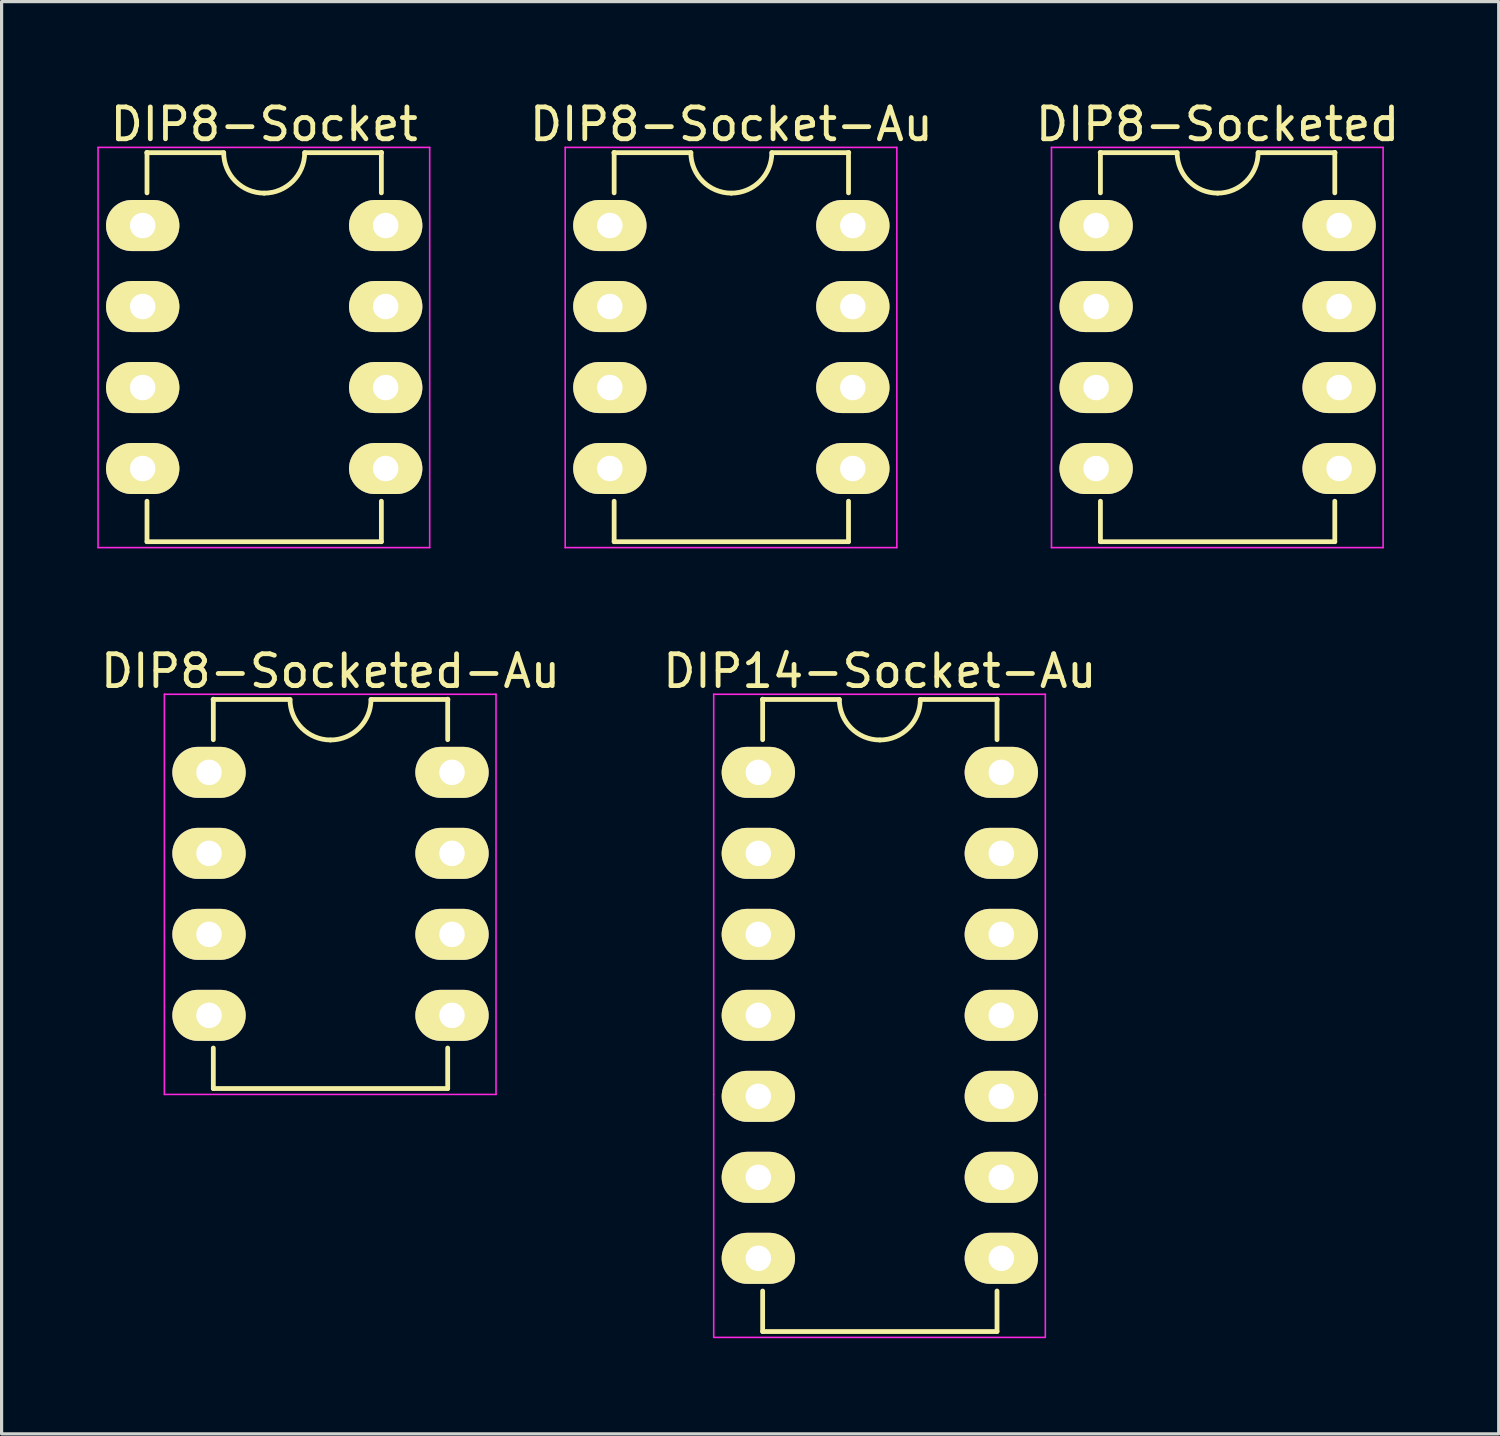
<source format=kicad_pcb>
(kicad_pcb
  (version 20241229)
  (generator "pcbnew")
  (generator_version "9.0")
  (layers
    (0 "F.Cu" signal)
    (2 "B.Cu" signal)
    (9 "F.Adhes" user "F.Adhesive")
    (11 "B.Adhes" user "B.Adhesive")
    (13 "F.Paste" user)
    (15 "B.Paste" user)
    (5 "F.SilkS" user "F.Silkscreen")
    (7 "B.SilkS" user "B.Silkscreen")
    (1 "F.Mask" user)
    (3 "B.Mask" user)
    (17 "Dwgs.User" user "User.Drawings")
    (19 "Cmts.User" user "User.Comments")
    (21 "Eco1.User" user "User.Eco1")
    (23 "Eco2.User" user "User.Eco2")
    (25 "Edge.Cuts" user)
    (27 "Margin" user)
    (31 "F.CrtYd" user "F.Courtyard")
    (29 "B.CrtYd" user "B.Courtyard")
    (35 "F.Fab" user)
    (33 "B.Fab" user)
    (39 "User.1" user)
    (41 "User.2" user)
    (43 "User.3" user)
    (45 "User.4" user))
  (footprint "DIP8-Socket-Au"
    (layer "F.Cu")
    (at 16.075 4.023)
    (property "Reference" "DIP8-Socket-Au" (at 3.81 -3.175 0) (layer "F.SilkS") (effects (font (size 1 1) (thickness 0.15))))
    (attr through_hole)
    (fp_line (start 0.135 -2.295) (end 0.135 -1.025) (stroke (width 0.15) (type solid)) (layer "F.SilkS"))
    (fp_line (start 0.135 9.915) (end 0.135 8.645) (stroke (width 0.15) (type solid)) (layer "F.SilkS"))
    (fp_line (start 0.135 9.915) (end 7.485 9.915) (stroke (width 0.15) (type solid)) (layer "F.SilkS"))
    (fp_line (start 2.54 -2.286) (end 0.127 -2.286) (stroke (width 0.15) (type solid)) (layer "F.SilkS"))
    (fp_line (start 5.08 -2.286) (end 7.493 -2.286) (stroke (width 0.15) (type solid)) (layer "F.SilkS"))
    (fp_line (start 7.485 -2.295) (end 7.485 -1.025) (stroke (width 0.15) (type solid)) (layer "F.SilkS"))
    (fp_line (start 7.485 9.915) (end 7.485 8.645) (stroke (width 0.15) (type solid)) (layer "F.SilkS"))
    (fp_arc (start 3.81 -1.016) (mid 2.911974 -1.387974) (end 2.54 -2.286) (stroke (width 0.15) (type solid)) (layer "F.SilkS"))
    (fp_arc (start 5.08 -2.286) (mid 4.708026 -1.387974) (end 3.81 -1.016) (stroke (width 0.15) (type solid)) (layer "F.SilkS"))
    (fp_line (start -1.4 -2.45) (end -1.4 10.1) (stroke (width 0.05) (type solid)) (layer "F.CrtYd"))
    (fp_line (start -1.4 -2.45) (end 9 -2.45) (stroke (width 0.05) (type solid)) (layer "F.CrtYd"))
    (fp_line (start -1.4 10.1) (end 9 10.1) (stroke (width 0.05) (type solid)) (layer "F.CrtYd"))
    (fp_line (start 9 -2.45) (end 9 10.1) (stroke (width 0.05) (type solid)) (layer "F.CrtYd"))
    (pad "1" thru_hole oval (at 0 0) (size 2.3 1.6) (drill 0.8) (layers "*.Cu" "*.Mask" "F.SilkS"))
    (pad "2" thru_hole oval (at 0 2.54) (size 2.3 1.6) (drill 0.8) (layers "*.Cu" "*.Mask" "F.SilkS"))
    (pad "3" thru_hole oval (at 0 5.08) (size 2.3 1.6) (drill 0.8) (layers "*.Cu" "*.Mask" "F.SilkS"))
    (pad "4" thru_hole oval (at 0 7.62) (size 2.3 1.6) (drill 0.8) (layers "*.Cu" "*.Mask" "F.SilkS"))
    (pad "5" thru_hole oval (at 7.62 7.62) (size 2.3 1.6) (drill 0.8) (layers "*.Cu" "*.Mask" "F.SilkS"))
    (pad "6" thru_hole oval (at 7.62 5.08) (size 2.3 1.6) (drill 0.8) (layers "*.Cu" "*.Mask" "F.SilkS"))
    (pad "7" thru_hole oval (at 7.62 2.54) (size 2.3 1.6) (drill 0.8) (layers "*.Cu" "*.Mask" "F.SilkS"))
    (pad "8" thru_hole oval (at 7.62 0) (size 2.3 1.6) (drill 0.8) (layers "*.Cu" "*.Mask" "F.SilkS")))
  (footprint "DIP8-Socketed"
    (layer "F.Cu")
    (at 31.325 4.023)
    (property "Reference" "DIP8-Socketed" (at 3.81 -3.175 0) (layer "F.SilkS") (effects (font (size 1 1) (thickness 0.15))))
    (attr through_hole)
    (fp_line (start 0.135 -2.295) (end 0.135 -1.025) (stroke (width 0.15) (type solid)) (layer "F.SilkS"))
    (fp_line (start 0.135 9.915) (end 0.135 8.645) (stroke (width 0.15) (type solid)) (layer "F.SilkS"))
    (fp_line (start 0.135 9.915) (end 7.485 9.915) (stroke (width 0.15) (type solid)) (layer "F.SilkS"))
    (fp_line (start 2.54 -2.286) (end 0.127 -2.286) (stroke (width 0.15) (type solid)) (layer "F.SilkS"))
    (fp_line (start 5.08 -2.286) (end 7.493 -2.286) (stroke (width 0.15) (type solid)) (layer "F.SilkS"))
    (fp_line (start 7.485 -2.295) (end 7.485 -1.025) (stroke (width 0.15) (type solid)) (layer "F.SilkS"))
    (fp_line (start 7.485 9.915) (end 7.485 8.645) (stroke (width 0.15) (type solid)) (layer "F.SilkS"))
    (fp_arc (start 3.81 -1.016) (mid 2.911974 -1.387974) (end 2.54 -2.286) (stroke (width 0.15) (type solid)) (layer "F.SilkS"))
    (fp_arc (start 5.08 -2.286) (mid 4.708026 -1.387974) (end 3.81 -1.016) (stroke (width 0.15) (type solid)) (layer "F.SilkS"))
    (fp_line (start -1.4 -2.45) (end -1.4 10.1) (stroke (width 0.05) (type solid)) (layer "F.CrtYd"))
    (fp_line (start -1.4 -2.45) (end 9 -2.45) (stroke (width 0.05) (type solid)) (layer "F.CrtYd"))
    (fp_line (start -1.4 10.1) (end 9 10.1) (stroke (width 0.05) (type solid)) (layer "F.CrtYd"))
    (fp_line (start 9 -2.45) (end 9 10.1) (stroke (width 0.05) (type solid)) (layer "F.CrtYd"))
    (pad "1" thru_hole oval (at 0 0) (size 2.3 1.6) (drill 0.8) (layers "*.Cu" "*.Mask" "F.SilkS"))
    (pad "2" thru_hole oval (at 0 2.54) (size 2.3 1.6) (drill 0.8) (layers "*.Cu" "*.Mask" "F.SilkS"))
    (pad "3" thru_hole oval (at 0 5.08) (size 2.3 1.6) (drill 0.8) (layers "*.Cu" "*.Mask" "F.SilkS"))
    (pad "4" thru_hole oval (at 0 7.62) (size 2.3 1.6) (drill 0.8) (layers "*.Cu" "*.Mask" "F.SilkS"))
    (pad "5" thru_hole oval (at 7.62 7.62) (size 2.3 1.6) (drill 0.8) (layers "*.Cu" "*.Mask" "F.SilkS"))
    (pad "6" thru_hole oval (at 7.62 5.08) (size 2.3 1.6) (drill 0.8) (layers "*.Cu" "*.Mask" "F.SilkS"))
    (pad "7" thru_hole oval (at 7.62 2.54) (size 2.3 1.6) (drill 0.8) (layers "*.Cu" "*.Mask" "F.SilkS"))
    (pad "8" thru_hole oval (at 7.62 0) (size 2.3 1.6) (drill 0.8) (layers "*.Cu" "*.Mask" "F.SilkS")))
  (footprint "DIP8-Socketed-Au"
    (layer "F.Cu")
    (at 3.505 21.172)
    (property "Reference" "DIP8-Socketed-Au" (at 3.81 -3.175 0) (layer "F.SilkS") (effects (font (size 1 1) (thickness 0.15))))
    (attr through_hole)
    (fp_line (start 0.135 -2.295) (end 0.135 -1.025) (stroke (width 0.15) (type solid)) (layer "F.SilkS"))
    (fp_line (start 0.135 9.915) (end 0.135 8.645) (stroke (width 0.15) (type solid)) (layer "F.SilkS"))
    (fp_line (start 0.135 9.915) (end 7.485 9.915) (stroke (width 0.15) (type solid)) (layer "F.SilkS"))
    (fp_line (start 2.54 -2.286) (end 0.127 -2.286) (stroke (width 0.15) (type solid)) (layer "F.SilkS"))
    (fp_line (start 5.08 -2.286) (end 7.493 -2.286) (stroke (width 0.15) (type solid)) (layer "F.SilkS"))
    (fp_line (start 7.485 -2.295) (end 7.485 -1.025) (stroke (width 0.15) (type solid)) (layer "F.SilkS"))
    (fp_line (start 7.485 9.915) (end 7.485 8.645) (stroke (width 0.15) (type solid)) (layer "F.SilkS"))
    (fp_arc (start 3.81 -1.016) (mid 2.911974 -1.387974) (end 2.54 -2.286) (stroke (width 0.15) (type solid)) (layer "F.SilkS"))
    (fp_arc (start 5.08 -2.286) (mid 4.708026 -1.387974) (end 3.81 -1.016) (stroke (width 0.15) (type solid)) (layer "F.SilkS"))
    (fp_line (start -1.4 -2.45) (end -1.4 10.1) (stroke (width 0.05) (type solid)) (layer "F.CrtYd"))
    (fp_line (start -1.4 -2.45) (end 9 -2.45) (stroke (width 0.05) (type solid)) (layer "F.CrtYd"))
    (fp_line (start -1.4 10.1) (end 9 10.1) (stroke (width 0.05) (type solid)) (layer "F.CrtYd"))
    (fp_line (start 9 -2.45) (end 9 10.1) (stroke (width 0.05) (type solid)) (layer "F.CrtYd"))
    (pad "1" thru_hole oval (at 0 0) (size 2.3 1.6) (drill 0.8) (layers "*.Cu" "*.Mask" "F.SilkS"))
    (pad "2" thru_hole oval (at 0 2.54) (size 2.3 1.6) (drill 0.8) (layers "*.Cu" "*.Mask" "F.SilkS"))
    (pad "3" thru_hole oval (at 0 5.08) (size 2.3 1.6) (drill 0.8) (layers "*.Cu" "*.Mask" "F.SilkS"))
    (pad "4" thru_hole oval (at 0 7.62) (size 2.3 1.6) (drill 0.8) (layers "*.Cu" "*.Mask" "F.SilkS"))
    (pad "5" thru_hole oval (at 7.62 7.62) (size 2.3 1.6) (drill 0.8) (layers "*.Cu" "*.Mask" "F.SilkS"))
    (pad "6" thru_hole oval (at 7.62 5.08) (size 2.3 1.6) (drill 0.8) (layers "*.Cu" "*.Mask" "F.SilkS"))
    (pad "7" thru_hole oval (at 7.62 2.54) (size 2.3 1.6) (drill 0.8) (layers "*.Cu" "*.Mask" "F.SilkS"))
    (pad "8" thru_hole oval (at 7.62 0) (size 2.3 1.6) (drill 0.8) (layers "*.Cu" "*.Mask" "F.SilkS")))
  (footprint "DIP14-Socket-Au"
    (layer "F.Cu")
    (at 20.732 21.172)
    (property "Reference" "DIP14-Socket-Au" (at 3.81 -3.175 0) (layer "F.SilkS") (effects (font (size 1 1) (thickness 0.15))))
    (attr through_hole)
    (fp_line (start 0.135 -2.295) (end 0.135 -1.025) (stroke (width 0.15) (type solid)) (layer "F.SilkS"))
    (fp_line (start 0.135 17.535) (end 0.135 16.265) (stroke (width 0.15) (type solid)) (layer "F.SilkS"))
    (fp_line (start 0.135 17.535) (end 7.485 17.535) (stroke (width 0.15) (type solid)) (layer "F.SilkS"))
    (fp_line (start 2.54 -2.286) (end 0.127 -2.286) (stroke (width 0.15) (type solid)) (layer "F.SilkS"))
    (fp_line (start 5.08 -2.286) (end 7.493 -2.286) (stroke (width 0.15) (type solid)) (layer "F.SilkS"))
    (fp_line (start 7.485 -2.295) (end 7.485 -1.025) (stroke (width 0.15) (type solid)) (layer "F.SilkS"))
    (fp_line (start 7.485 17.535) (end 7.485 16.265) (stroke (width 0.15) (type solid)) (layer "F.SilkS"))
    (fp_arc (start 3.81 -1.016) (mid 2.911974 -1.387974) (end 2.54 -2.286) (stroke (width 0.15) (type solid)) (layer "F.SilkS"))
    (fp_arc (start 5.08 -2.286) (mid 4.708026 -1.387974) (end 3.81 -1.016) (stroke (width 0.15) (type solid)) (layer "F.SilkS"))
    (fp_line (start -1.4 -2.45) (end -1.4 10.1) (stroke (width 0.05) (type solid)) (layer "F.CrtYd"))
    (fp_line (start -1.4 -2.45) (end 9 -2.45) (stroke (width 0.05) (type solid)) (layer "F.CrtYd"))
    (fp_line (start -1.4 10.1) (end -1.4 17.7) (stroke (width 0.05) (type solid)) (layer "F.CrtYd"))
    (fp_line (start -1.4 17.72) (end 9 17.72) (stroke (width 0.05) (type solid)) (layer "F.CrtYd"))
    (fp_line (start 9 -2.45) (end 9 10.1) (stroke (width 0.05) (type solid)) (layer "F.CrtYd"))
    (fp_line (start 9 17.7) (end 9 10.1) (stroke (width 0.05) (type solid)) (layer "F.CrtYd"))
    (pad "1" thru_hole oval (at 0 0) (size 2.3 1.6) (drill 0.8) (layers "*.Cu" "*.Mask" "F.SilkS"))
    (pad "2" thru_hole oval (at 0 2.54) (size 2.3 1.6) (drill 0.8) (layers "*.Cu" "*.Mask" "F.SilkS"))
    (pad "3" thru_hole oval (at 0 5.08) (size 2.3 1.6) (drill 0.8) (layers "*.Cu" "*.Mask" "F.SilkS"))
    (pad "4" thru_hole oval (at 0 7.62) (size 2.3 1.6) (drill 0.8) (layers "*.Cu" "*.Mask" "F.SilkS"))
    (pad "5" thru_hole oval (at 0 10.16) (size 2.3 1.6) (drill 0.8) (layers "*.Cu" "*.Mask" "F.SilkS"))
    (pad "6" thru_hole oval (at 0 12.7) (size 2.3 1.6) (drill 0.8) (layers "*.Cu" "*.Mask" "F.SilkS"))
    (pad "7" thru_hole oval (at 0 15.24) (size 2.3 1.6) (drill 0.8) (layers "*.Cu" "*.Mask" "F.SilkS"))
    (pad "8" thru_hole oval (at 7.62 15.24) (size 2.3 1.6) (drill 0.8) (layers "*.Cu" "*.Mask" "F.SilkS"))
    (pad "9" thru_hole oval (at 7.62 12.7) (size 2.3 1.6) (drill 0.8) (layers "*.Cu" "*.Mask" "F.SilkS"))
    (pad "10" thru_hole oval (at 7.62 10.16) (size 2.3 1.6) (drill 0.8) (layers "*.Cu" "*.Mask" "F.SilkS"))
    (pad "11" thru_hole oval (at 7.62 7.62) (size 2.3 1.6) (drill 0.8) (layers "*.Cu" "*.Mask" "F.SilkS"))
    (pad "12" thru_hole oval (at 7.62 5.08) (size 2.3 1.6) (drill 0.8) (layers "*.Cu" "*.Mask" "F.SilkS"))
    (pad "13" thru_hole oval (at 7.62 2.54) (size 2.3 1.6) (drill 0.8) (layers "*.Cu" "*.Mask" "F.SilkS"))
    (pad "14" thru_hole oval (at 7.62 0) (size 2.3 1.6) (drill 0.8) (layers "*.Cu" "*.Mask" "F.SilkS")))
  (footprint "DIP8-Socket"
    (layer "F.Cu")
    (at 1.425 4.023)
    (property "Reference" "DIP8-Socket" (at 3.81 -3.175 0) (layer "F.SilkS") (effects (font (size 1 1) (thickness 0.15))))
    (attr through_hole)
    (fp_line (start 0.135 -2.295) (end 0.135 -1.025) (stroke (width 0.15) (type solid)) (layer "F.SilkS"))
    (fp_line (start 0.135 9.915) (end 0.135 8.645) (stroke (width 0.15) (type solid)) (layer "F.SilkS"))
    (fp_line (start 0.135 9.915) (end 7.485 9.915) (stroke (width 0.15) (type solid)) (layer "F.SilkS"))
    (fp_line (start 2.54 -2.286) (end 0.127 -2.286) (stroke (width 0.15) (type solid)) (layer "F.SilkS"))
    (fp_line (start 5.08 -2.286) (end 7.493 -2.286) (stroke (width 0.15) (type solid)) (layer "F.SilkS"))
    (fp_line (start 7.485 -2.295) (end 7.485 -1.025) (stroke (width 0.15) (type solid)) (layer "F.SilkS"))
    (fp_line (start 7.485 9.915) (end 7.485 8.645) (stroke (width 0.15) (type solid)) (layer "F.SilkS"))
    (fp_arc (start 3.81 -1.016) (mid 2.911974 -1.387974) (end 2.54 -2.286) (stroke (width 0.15) (type solid)) (layer "F.SilkS"))
    (fp_arc (start 5.08 -2.286) (mid 4.708026 -1.387974) (end 3.81 -1.016) (stroke (width 0.15) (type solid)) (layer "F.SilkS"))
    (fp_line (start -1.4 -2.45) (end -1.4 10.1) (stroke (width 0.05) (type solid)) (layer "F.CrtYd"))
    (fp_line (start -1.4 -2.45) (end 9 -2.45) (stroke (width 0.05) (type solid)) (layer "F.CrtYd"))
    (fp_line (start -1.4 10.1) (end 9 10.1) (stroke (width 0.05) (type solid)) (layer "F.CrtYd"))
    (fp_line (start 9 -2.45) (end 9 10.1) (stroke (width 0.05) (type solid)) (layer "F.CrtYd"))
    (pad "1" thru_hole oval (at 0 0) (size 2.3 1.6) (drill 0.8) (layers "*.Cu" "*.Mask" "F.SilkS"))
    (pad "2" thru_hole oval (at 0 2.54) (size 2.3 1.6) (drill 0.8) (layers "*.Cu" "*.Mask" "F.SilkS"))
    (pad "3" thru_hole oval (at 0 5.08) (size 2.3 1.6) (drill 0.8) (layers "*.Cu" "*.Mask" "F.SilkS"))
    (pad "4" thru_hole oval (at 0 7.62) (size 2.3 1.6) (drill 0.8) (layers "*.Cu" "*.Mask" "F.SilkS"))
    (pad "5" thru_hole oval (at 7.62 7.62) (size 2.3 1.6) (drill 0.8) (layers "*.Cu" "*.Mask" "F.SilkS"))
    (pad "6" thru_hole oval (at 7.62 5.08) (size 2.3 1.6) (drill 0.8) (layers "*.Cu" "*.Mask" "F.SilkS"))
    (pad "7" thru_hole oval (at 7.62 2.54) (size 2.3 1.6) (drill 0.8) (layers "*.Cu" "*.Mask" "F.SilkS"))
    (pad "8" thru_hole oval (at 7.62 0) (size 2.3 1.6) (drill 0.8) (layers "*.Cu" "*.Mask" "F.SilkS")))
  (gr_rect
    (start -3 -3)
    (end 43.95 41.916)
    (stroke (width 0.1) (type default))
    (fill no)
    (layer "Edge.Cuts")))
</source>
